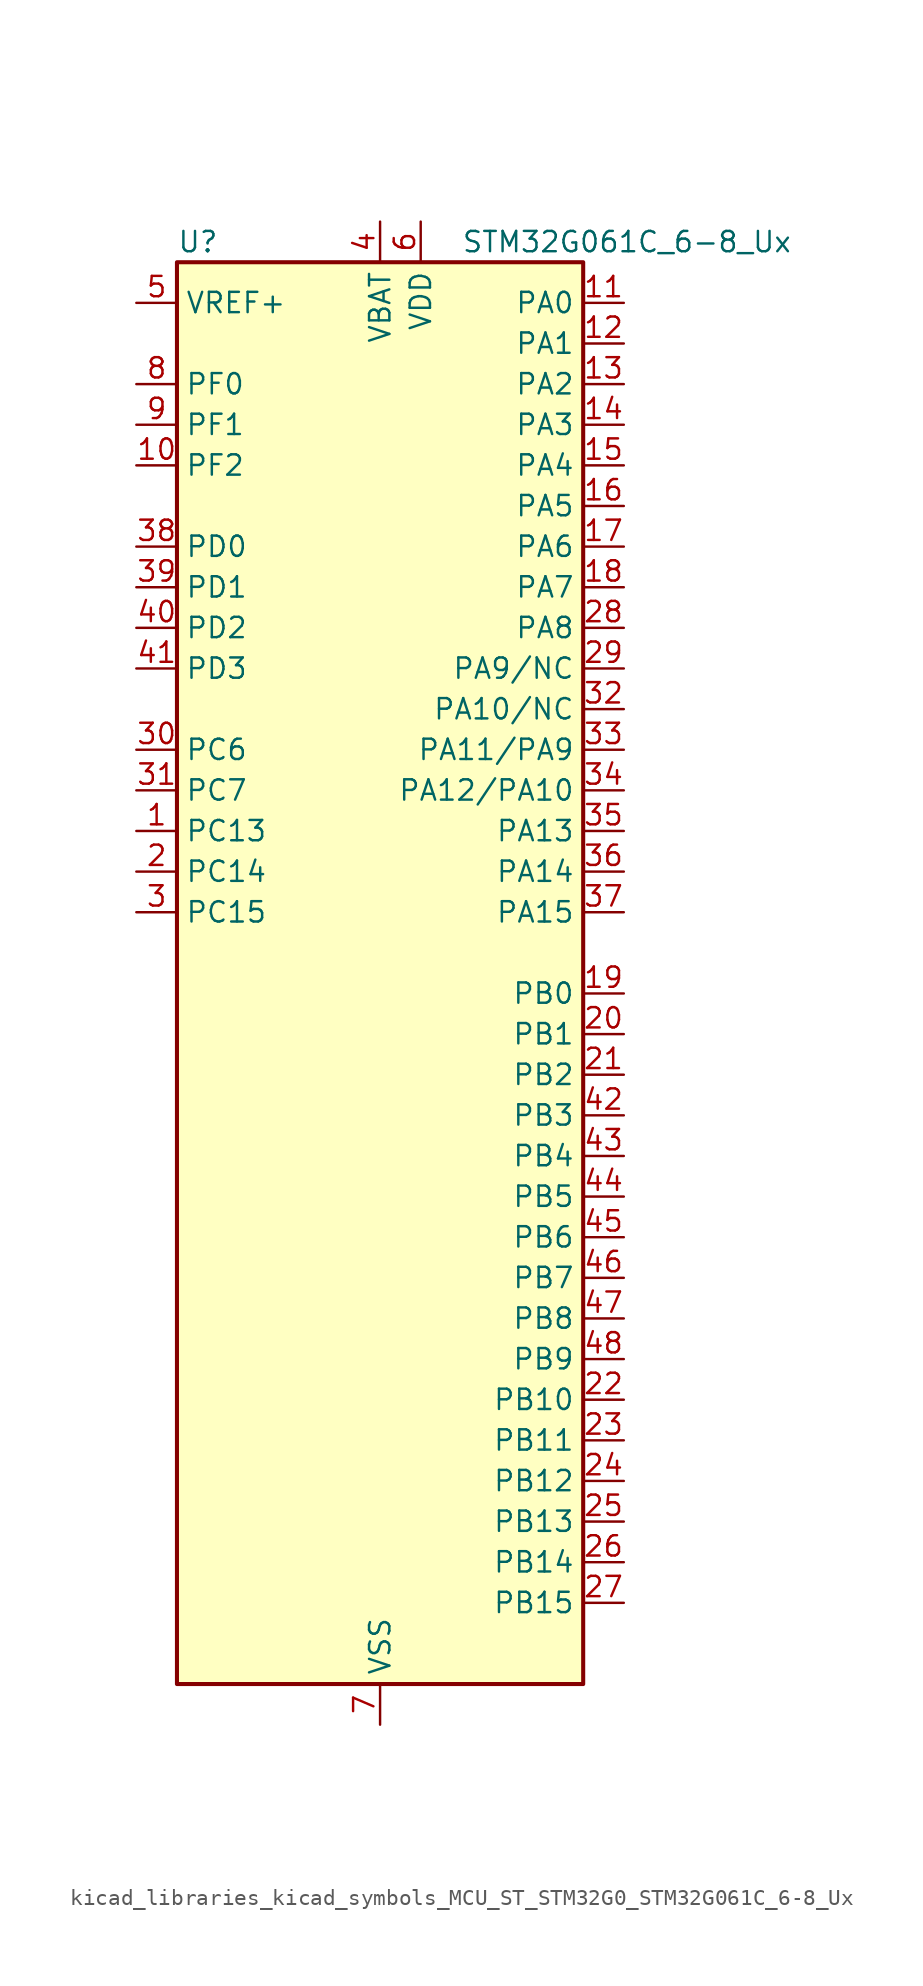
<source format=kicad_sym>
(kicad_symbol_lib
  (version 20220914)
  (generator kicad_symbol_editor)
  (symbol "kicad_libraries_kicad_symbols_MCU_ST_STM32G0_STM32G061C_6-8_Ux"
    (property "Reference" "U"
      (at -12.7 46.99 0)
      (effects (font (size 1.27 1.27)) (justify left)))
    (property "Value" "STM32G061C_6-8_Ux"
      (at 5.08 46.99 0)
      (effects (font (size 1.27 1.27)) (justify left)))
    (property "ki_locked" ""
      (at 0 0 0)
      (effects (font (size 1.27 1.27))))
    (symbol "kicad_libraries_kicad_symbols_MCU_ST_STM32G0_STM32G061C_6-8_Ux_0_1"
      (rectangle (start -12.7 -43.18) (end 12.7 45.72) (stroke (width 0.254) (type default)) (fill (type background))))
    (symbol "kicad_libraries_kicad_symbols_MCU_ST_STM32G0_STM32G061C_6-8_Ux_1_1"
      (pin bidirectional line (at -15.24 10.16 0) (length 2.54) (name "PC13" (effects (font (size 1.27 1.27)))) (number "1" (effects (font (size 1.27 1.27)))) (alternate "RTC_OUT1" bidirectional line) (alternate "RTC_TAMP_IN1" bidirectional line) (alternate "RTC_TS" bidirectional line) (alternate "SYS_WKUP2" bidirectional line) (alternate "TIM1_BK" bidirectional line))
      (pin bidirectional line (at -15.24 33.02 0) (length 2.54) (name "PF2" (effects (font (size 1.27 1.27)))) (number "10" (effects (font (size 1.27 1.27)))) (alternate "RCC_MCO" bidirectional line))
      (pin bidirectional line (at 15.24 43.18 180) (length 2.54) (name "PA0" (effects (font (size 1.27 1.27)))) (number "11" (effects (font (size 1.27 1.27)))) (alternate "ADC1_IN0" bidirectional line) (alternate "COMP1_INM" bidirectional line) (alternate "COMP1_OUT" bidirectional line) (alternate "LPTIM1_OUT" bidirectional line) (alternate "RTC_TAMP_IN2" bidirectional line) (alternate "SPI2_SCK" bidirectional line) (alternate "SYS_WKUP1" bidirectional line) (alternate "TIM2_CH1" bidirectional line) (alternate "TIM2_ETR" bidirectional line) (alternate "USART2_CTS" bidirectional line) (alternate "USART2_NSS" bidirectional line))
      (pin bidirectional line (at 15.24 40.64 180) (length 2.54) (name "PA1" (effects (font (size 1.27 1.27)))) (number "12" (effects (font (size 1.27 1.27)))) (alternate "ADC1_IN1" bidirectional line) (alternate "COMP1_INP" bidirectional line) (alternate "I2C1_SMBA" bidirectional line) (alternate "I2S1_CK" bidirectional line) (alternate "SPI1_SCK" bidirectional line) (alternate "TIM15_CH1N" bidirectional line) (alternate "TIM2_CH2" bidirectional line) (alternate "USART2_CK" bidirectional line) (alternate "USART2_DE" bidirectional line) (alternate "USART2_RTS" bidirectional line))
      (pin bidirectional line (at 15.24 38.1 180) (length 2.54) (name "PA2" (effects (font (size 1.27 1.27)))) (number "13" (effects (font (size 1.27 1.27)))) (alternate "ADC1_IN2" bidirectional line) (alternate "COMP2_INM" bidirectional line) (alternate "COMP2_OUT" bidirectional line) (alternate "I2S1_SD" bidirectional line) (alternate "LPUART1_TX" bidirectional line) (alternate "RCC_LSCO" bidirectional line) (alternate "SPI1_MOSI" bidirectional line) (alternate "SYS_WKUP4" bidirectional line) (alternate "TIM15_CH1" bidirectional line) (alternate "TIM2_CH3" bidirectional line) (alternate "USART2_TX" bidirectional line))
      (pin bidirectional line (at 15.24 35.56 180) (length 2.54) (name "PA3" (effects (font (size 1.27 1.27)))) (number "14" (effects (font (size 1.27 1.27)))) (alternate "ADC1_IN3" bidirectional line) (alternate "COMP2_INP" bidirectional line) (alternate "LPUART1_RX" bidirectional line) (alternate "SPI2_MISO" bidirectional line) (alternate "TIM15_CH2" bidirectional line) (alternate "TIM2_CH4" bidirectional line) (alternate "USART2_RX" bidirectional line))
      (pin bidirectional line (at 15.24 33.02 180) (length 2.54) (name "PA4" (effects (font (size 1.27 1.27)))) (number "15" (effects (font (size 1.27 1.27)))) (alternate "ADC1_IN4" bidirectional line) (alternate "DAC1_OUT1" bidirectional line) (alternate "I2S1_WS" bidirectional line) (alternate "LPTIM2_OUT" bidirectional line) (alternate "RTC_OUT2" bidirectional line) (alternate "SPI1_NSS" bidirectional line) (alternate "SPI2_MOSI" bidirectional line) (alternate "TIM14_CH1" bidirectional line))
      (pin bidirectional line (at 15.24 30.48 180) (length 2.54) (name "PA5" (effects (font (size 1.27 1.27)))) (number "16" (effects (font (size 1.27 1.27)))) (alternate "ADC1_IN5" bidirectional line) (alternate "DAC1_OUT2" bidirectional line) (alternate "I2S1_CK" bidirectional line) (alternate "LPTIM2_ETR" bidirectional line) (alternate "SPI1_SCK" bidirectional line) (alternate "TIM2_CH1" bidirectional line) (alternate "TIM2_ETR" bidirectional line))
      (pin bidirectional line (at 15.24 27.94 180) (length 2.54) (name "PA6" (effects (font (size 1.27 1.27)))) (number "17" (effects (font (size 1.27 1.27)))) (alternate "ADC1_IN6" bidirectional line) (alternate "COMP1_OUT" bidirectional line) (alternate "I2S1_MCK" bidirectional line) (alternate "LPUART1_CTS" bidirectional line) (alternate "SPI1_MISO" bidirectional line) (alternate "TIM16_CH1" bidirectional line) (alternate "TIM1_BK" bidirectional line) (alternate "TIM3_CH1" bidirectional line))
      (pin bidirectional line (at 15.24 25.4 180) (length 2.54) (name "PA7" (effects (font (size 1.27 1.27)))) (number "18" (effects (font (size 1.27 1.27)))) (alternate "ADC1_IN7" bidirectional line) (alternate "COMP2_OUT" bidirectional line) (alternate "I2S1_SD" bidirectional line) (alternate "SPI1_MOSI" bidirectional line) (alternate "TIM14_CH1" bidirectional line) (alternate "TIM17_CH1" bidirectional line) (alternate "TIM1_CH1N" bidirectional line) (alternate "TIM3_CH2" bidirectional line))
      (pin bidirectional line (at 15.24 0 180) (length 2.54) (name "PB0" (effects (font (size 1.27 1.27)))) (number "19" (effects (font (size 1.27 1.27)))) (alternate "ADC1_IN8" bidirectional line) (alternate "COMP1_OUT" bidirectional line) (alternate "I2S1_WS" bidirectional line) (alternate "LPTIM1_OUT" bidirectional line) (alternate "SPI1_NSS" bidirectional line) (alternate "TIM1_CH2N" bidirectional line) (alternate "TIM3_CH3" bidirectional line))
      (pin bidirectional line (at -15.24 7.62 0) (length 2.54) (name "PC14" (effects (font (size 1.27 1.27)))) (number "2" (effects (font (size 1.27 1.27)))) (alternate "RCC_OSC32_IN" bidirectional line) (alternate "TIM1_BK2" bidirectional line))
      (pin bidirectional line (at 15.24 -2.54 180) (length 2.54) (name "PB1" (effects (font (size 1.27 1.27)))) (number "20" (effects (font (size 1.27 1.27)))) (alternate "ADC1_IN9" bidirectional line) (alternate "COMP1_INM" bidirectional line) (alternate "LPTIM2_IN1" bidirectional line) (alternate "LPUART1_DE" bidirectional line) (alternate "LPUART1_RTS" bidirectional line) (alternate "TIM14_CH1" bidirectional line) (alternate "TIM1_CH3N" bidirectional line) (alternate "TIM3_CH4" bidirectional line))
      (pin bidirectional line (at 15.24 -5.08 180) (length 2.54) (name "PB2" (effects (font (size 1.27 1.27)))) (number "21" (effects (font (size 1.27 1.27)))) (alternate "ADC1_IN10" bidirectional line) (alternate "COMP1_INP" bidirectional line) (alternate "LPTIM1_OUT" bidirectional line) (alternate "SPI2_MISO" bidirectional line))
      (pin bidirectional line (at 15.24 -25.4 180) (length 2.54) (name "PB10" (effects (font (size 1.27 1.27)))) (number "22" (effects (font (size 1.27 1.27)))) (alternate "ADC1_IN11" bidirectional line) (alternate "COMP1_OUT" bidirectional line) (alternate "I2C2_SCL" bidirectional line) (alternate "LPUART1_RX" bidirectional line) (alternate "SPI2_SCK" bidirectional line) (alternate "TIM2_CH3" bidirectional line))
      (pin bidirectional line (at 15.24 -27.94 180) (length 2.54) (name "PB11" (effects (font (size 1.27 1.27)))) (number "23" (effects (font (size 1.27 1.27)))) (alternate "ADC1_EXTI11" bidirectional line) (alternate "ADC1_IN15" bidirectional line) (alternate "COMP2_OUT" bidirectional line) (alternate "I2C2_SDA" bidirectional line) (alternate "LPUART1_TX" bidirectional line) (alternate "SPI2_MOSI" bidirectional line) (alternate "TIM2_CH4" bidirectional line))
      (pin bidirectional line (at 15.24 -30.48 180) (length 2.54) (name "PB12" (effects (font (size 1.27 1.27)))) (number "24" (effects (font (size 1.27 1.27)))) (alternate "ADC1_IN16" bidirectional line) (alternate "LPUART1_DE" bidirectional line) (alternate "LPUART1_RTS" bidirectional line) (alternate "SPI2_NSS" bidirectional line) (alternate "TIM15_BK" bidirectional line) (alternate "TIM1_BK" bidirectional line))
      (pin bidirectional line (at 15.24 -33.02 180) (length 2.54) (name "PB13" (effects (font (size 1.27 1.27)))) (number "25" (effects (font (size 1.27 1.27)))) (alternate "I2C2_SCL" bidirectional line) (alternate "LPUART1_CTS" bidirectional line) (alternate "SPI2_SCK" bidirectional line) (alternate "TIM15_CH1N" bidirectional line) (alternate "TIM1_CH1N" bidirectional line))
      (pin bidirectional line (at 15.24 -35.56 180) (length 2.54) (name "PB14" (effects (font (size 1.27 1.27)))) (number "26" (effects (font (size 1.27 1.27)))) (alternate "I2C2_SDA" bidirectional line) (alternate "SPI2_MISO" bidirectional line) (alternate "TIM15_CH1" bidirectional line) (alternate "TIM1_CH2N" bidirectional line))
      (pin bidirectional line (at 15.24 -38.1 180) (length 2.54) (name "PB15" (effects (font (size 1.27 1.27)))) (number "27" (effects (font (size 1.27 1.27)))) (alternate "RTC_REFIN" bidirectional line) (alternate "SPI2_MOSI" bidirectional line) (alternate "TIM15_CH1N" bidirectional line) (alternate "TIM15_CH2" bidirectional line) (alternate "TIM1_CH3N" bidirectional line))
      (pin bidirectional line (at 15.24 22.86 180) (length 2.54) (name "PA8" (effects (font (size 1.27 1.27)))) (number "28" (effects (font (size 1.27 1.27)))) (alternate "LPTIM2_OUT" bidirectional line) (alternate "RCC_MCO" bidirectional line) (alternate "SPI2_NSS" bidirectional line) (alternate "TIM1_CH1" bidirectional line))
      (pin bidirectional line (at 15.24 20.32 180) (length 2.54) (name "PA9/NC" (effects (font (size 1.27 1.27)))) (number "29" (effects (font (size 1.27 1.27)))) (alternate "DAC1_EXTI9" bidirectional line) (alternate "I2C1_SCL" bidirectional line) (alternate "RCC_MCO" bidirectional line) (alternate "SPI2_MISO" bidirectional line) (alternate "TIM15_BK" bidirectional line) (alternate "TIM1_CH2" bidirectional line) (alternate "USART1_TX" bidirectional line))
      (pin bidirectional line (at -15.24 5.08 0) (length 2.54) (name "PC15" (effects (font (size 1.27 1.27)))) (number "3" (effects (font (size 1.27 1.27)))) (alternate "RCC_OSC32_EN" bidirectional line) (alternate "RCC_OSC32_OUT" bidirectional line) (alternate "RCC_OSC_EN" bidirectional line) (alternate "TIM15_BK" bidirectional line))
      (pin bidirectional line (at -15.24 15.24 0) (length 2.54) (name "PC6" (effects (font (size 1.27 1.27)))) (number "30" (effects (font (size 1.27 1.27)))) (alternate "TIM2_CH3" bidirectional line) (alternate "TIM3_CH1" bidirectional line))
      (pin bidirectional line (at -15.24 12.7 0) (length 2.54) (name "PC7" (effects (font (size 1.27 1.27)))) (number "31" (effects (font (size 1.27 1.27)))) (alternate "TIM2_CH4" bidirectional line) (alternate "TIM3_CH2" bidirectional line))
      (pin bidirectional line (at 15.24 17.78 180) (length 2.54) (name "PA10/NC" (effects (font (size 1.27 1.27)))) (number "32" (effects (font (size 1.27 1.27)))) (alternate "I2C1_SDA" bidirectional line) (alternate "SPI2_MOSI" bidirectional line) (alternate "TIM17_BK" bidirectional line) (alternate "TIM1_CH3" bidirectional line) (alternate "USART1_RX" bidirectional line))
      (pin bidirectional line (at 15.24 15.24 180) (length 2.54) (name "PA11/PA9" (effects (font (size 1.27 1.27)))) (number "33" (effects (font (size 1.27 1.27)))) (alternate "ADC1_EXTI11" bidirectional line) (alternate "COMP1_OUT" bidirectional line) (alternate "I2C2_SCL" bidirectional line) (alternate "I2S1_MCK" bidirectional line) (alternate "SPI1_MISO" bidirectional line) (alternate "TIM1_BK2" bidirectional line) (alternate "TIM1_CH4" bidirectional line) (alternate "USART1_CTS" bidirectional line) (alternate "USART1_NSS" bidirectional line))
      (pin bidirectional line (at 15.24 12.7 180) (length 2.54) (name "PA12/PA10" (effects (font (size 1.27 1.27)))) (number "34" (effects (font (size 1.27 1.27)))) (alternate "COMP2_OUT" bidirectional line) (alternate "I2C2_SDA" bidirectional line) (alternate "I2S1_SD" bidirectional line) (alternate "I2S_CKIN" bidirectional line) (alternate "SPI1_MOSI" bidirectional line) (alternate "TIM1_ETR" bidirectional line) (alternate "USART1_CK" bidirectional line) (alternate "USART1_DE" bidirectional line) (alternate "USART1_RTS" bidirectional line))
      (pin bidirectional line (at 15.24 10.16 180) (length 2.54) (name "PA13" (effects (font (size 1.27 1.27)))) (number "35" (effects (font (size 1.27 1.27)))) (alternate "ADC1_IN17" bidirectional line) (alternate "IR_OUT" bidirectional line) (alternate "SYS_SWDIO" bidirectional line))
      (pin bidirectional line (at 15.24 7.62 180) (length 2.54) (name "PA14" (effects (font (size 1.27 1.27)))) (number "36" (effects (font (size 1.27 1.27)))) (alternate "ADC1_IN18" bidirectional line) (alternate "SYS_SWCLK" bidirectional line) (alternate "USART2_TX" bidirectional line))
      (pin bidirectional line (at 15.24 5.08 180) (length 2.54) (name "PA15" (effects (font (size 1.27 1.27)))) (number "37" (effects (font (size 1.27 1.27)))) (alternate "I2S1_WS" bidirectional line) (alternate "SPI1_NSS" bidirectional line) (alternate "TIM2_CH1" bidirectional line) (alternate "TIM2_ETR" bidirectional line) (alternate "USART2_RX" bidirectional line))
      (pin bidirectional line (at -15.24 27.94 0) (length 2.54) (name "PD0" (effects (font (size 1.27 1.27)))) (number "38" (effects (font (size 1.27 1.27)))) (alternate "SPI2_NSS" bidirectional line) (alternate "TIM16_CH1" bidirectional line))
      (pin bidirectional line (at -15.24 25.4 0) (length 2.54) (name "PD1" (effects (font (size 1.27 1.27)))) (number "39" (effects (font (size 1.27 1.27)))) (alternate "SPI2_SCK" bidirectional line) (alternate "TIM17_CH1" bidirectional line))
      (pin power_in line (at 0 48.26 270) (length 2.54) (name "VBAT" (effects (font (size 1.27 1.27)))) (number "4" (effects (font (size 1.27 1.27)))))
      (pin bidirectional line (at -15.24 22.86 0) (length 2.54) (name "PD2" (effects (font (size 1.27 1.27)))) (number "40" (effects (font (size 1.27 1.27)))) (alternate "TIM1_CH1N" bidirectional line) (alternate "TIM3_ETR" bidirectional line))
      (pin bidirectional line (at -15.24 20.32 0) (length 2.54) (name "PD3" (effects (font (size 1.27 1.27)))) (number "41" (effects (font (size 1.27 1.27)))) (alternate "SPI2_MISO" bidirectional line) (alternate "TIM1_CH2N" bidirectional line) (alternate "USART2_CTS" bidirectional line) (alternate "USART2_NSS" bidirectional line))
      (pin bidirectional line (at 15.24 -7.62 180) (length 2.54) (name "PB3" (effects (font (size 1.27 1.27)))) (number "42" (effects (font (size 1.27 1.27)))) (alternate "COMP2_INM" bidirectional line) (alternate "I2S1_CK" bidirectional line) (alternate "SPI1_SCK" bidirectional line) (alternate "TIM1_CH2" bidirectional line) (alternate "TIM2_CH2" bidirectional line) (alternate "USART1_CK" bidirectional line) (alternate "USART1_DE" bidirectional line) (alternate "USART1_RTS" bidirectional line))
      (pin bidirectional line (at 15.24 -10.16 180) (length 2.54) (name "PB4" (effects (font (size 1.27 1.27)))) (number "43" (effects (font (size 1.27 1.27)))) (alternate "COMP2_INP" bidirectional line) (alternate "I2S1_MCK" bidirectional line) (alternate "SPI1_MISO" bidirectional line) (alternate "TIM17_BK" bidirectional line) (alternate "TIM3_CH1" bidirectional line) (alternate "USART1_CTS" bidirectional line) (alternate "USART1_NSS" bidirectional line))
      (pin bidirectional line (at 15.24 -12.7 180) (length 2.54) (name "PB5" (effects (font (size 1.27 1.27)))) (number "44" (effects (font (size 1.27 1.27)))) (alternate "COMP2_OUT" bidirectional line) (alternate "I2C1_SMBA" bidirectional line) (alternate "I2S1_SD" bidirectional line) (alternate "LPTIM1_IN1" bidirectional line) (alternate "SPI1_MOSI" bidirectional line) (alternate "SYS_WKUP6" bidirectional line) (alternate "TIM16_BK" bidirectional line) (alternate "TIM3_CH2" bidirectional line))
      (pin bidirectional line (at 15.24 -15.24 180) (length 2.54) (name "PB6" (effects (font (size 1.27 1.27)))) (number "45" (effects (font (size 1.27 1.27)))) (alternate "COMP2_INP" bidirectional line) (alternate "I2C1_SCL" bidirectional line) (alternate "LPTIM1_ETR" bidirectional line) (alternate "SPI2_MISO" bidirectional line) (alternate "TIM16_CH1N" bidirectional line) (alternate "TIM1_CH3" bidirectional line) (alternate "USART1_TX" bidirectional line))
      (pin bidirectional line (at 15.24 -17.78 180) (length 2.54) (name "PB7" (effects (font (size 1.27 1.27)))) (number "46" (effects (font (size 1.27 1.27)))) (alternate "COMP2_INM" bidirectional line) (alternate "I2C1_SDA" bidirectional line) (alternate "LPTIM1_IN2" bidirectional line) (alternate "SPI2_MOSI" bidirectional line) (alternate "SYS_PVD_IN" bidirectional line) (alternate "TIM17_CH1N" bidirectional line) (alternate "USART1_RX" bidirectional line))
      (pin bidirectional line (at 15.24 -20.32 180) (length 2.54) (name "PB8" (effects (font (size 1.27 1.27)))) (number "47" (effects (font (size 1.27 1.27)))) (alternate "I2C1_SCL" bidirectional line) (alternate "SPI2_SCK" bidirectional line) (alternate "TIM15_BK" bidirectional line) (alternate "TIM16_CH1" bidirectional line))
      (pin bidirectional line (at 15.24 -22.86 180) (length 2.54) (name "PB9" (effects (font (size 1.27 1.27)))) (number "48" (effects (font (size 1.27 1.27)))) (alternate "DAC1_EXTI9" bidirectional line) (alternate "I2C1_SDA" bidirectional line) (alternate "IR_OUT" bidirectional line) (alternate "SPI2_NSS" bidirectional line) (alternate "TIM17_CH1" bidirectional line))
      (pin passive line (at 0 -45.72 90) (length 2.54) hide (name "VSS" (effects (font (size 1.27 1.27)))) (number "49" (effects (font (size 1.27 1.27)))))
      (pin input line (at -15.24 43.18 0) (length 2.54) (name "VREF+" (effects (font (size 1.27 1.27)))) (number "5" (effects (font (size 1.27 1.27)))) (alternate "VREFBUF_OUT" bidirectional line))
      (pin power_in line (at 2.54 48.26 270) (length 2.54) (name "VDD" (effects (font (size 1.27 1.27)))) (number "6" (effects (font (size 1.27 1.27)))))
      (pin power_in line (at 0 -45.72 90) (length 2.54) (name "VSS" (effects (font (size 1.27 1.27)))) (number "7" (effects (font (size 1.27 1.27)))))
      (pin bidirectional line (at -15.24 38.1 0) (length 2.54) (name "PF0" (effects (font (size 1.27 1.27)))) (number "8" (effects (font (size 1.27 1.27)))) (alternate "RCC_OSC_IN" bidirectional line) (alternate "TIM14_CH1" bidirectional line))
      (pin bidirectional line (at -15.24 35.56 0) (length 2.54) (name "PF1" (effects (font (size 1.27 1.27)))) (number "9" (effects (font (size 1.27 1.27)))) (alternate "RCC_OSC_EN" bidirectional line) (alternate "RCC_OSC_OUT" bidirectional line) (alternate "TIM15_CH1N" bidirectional line)))))
</source>
